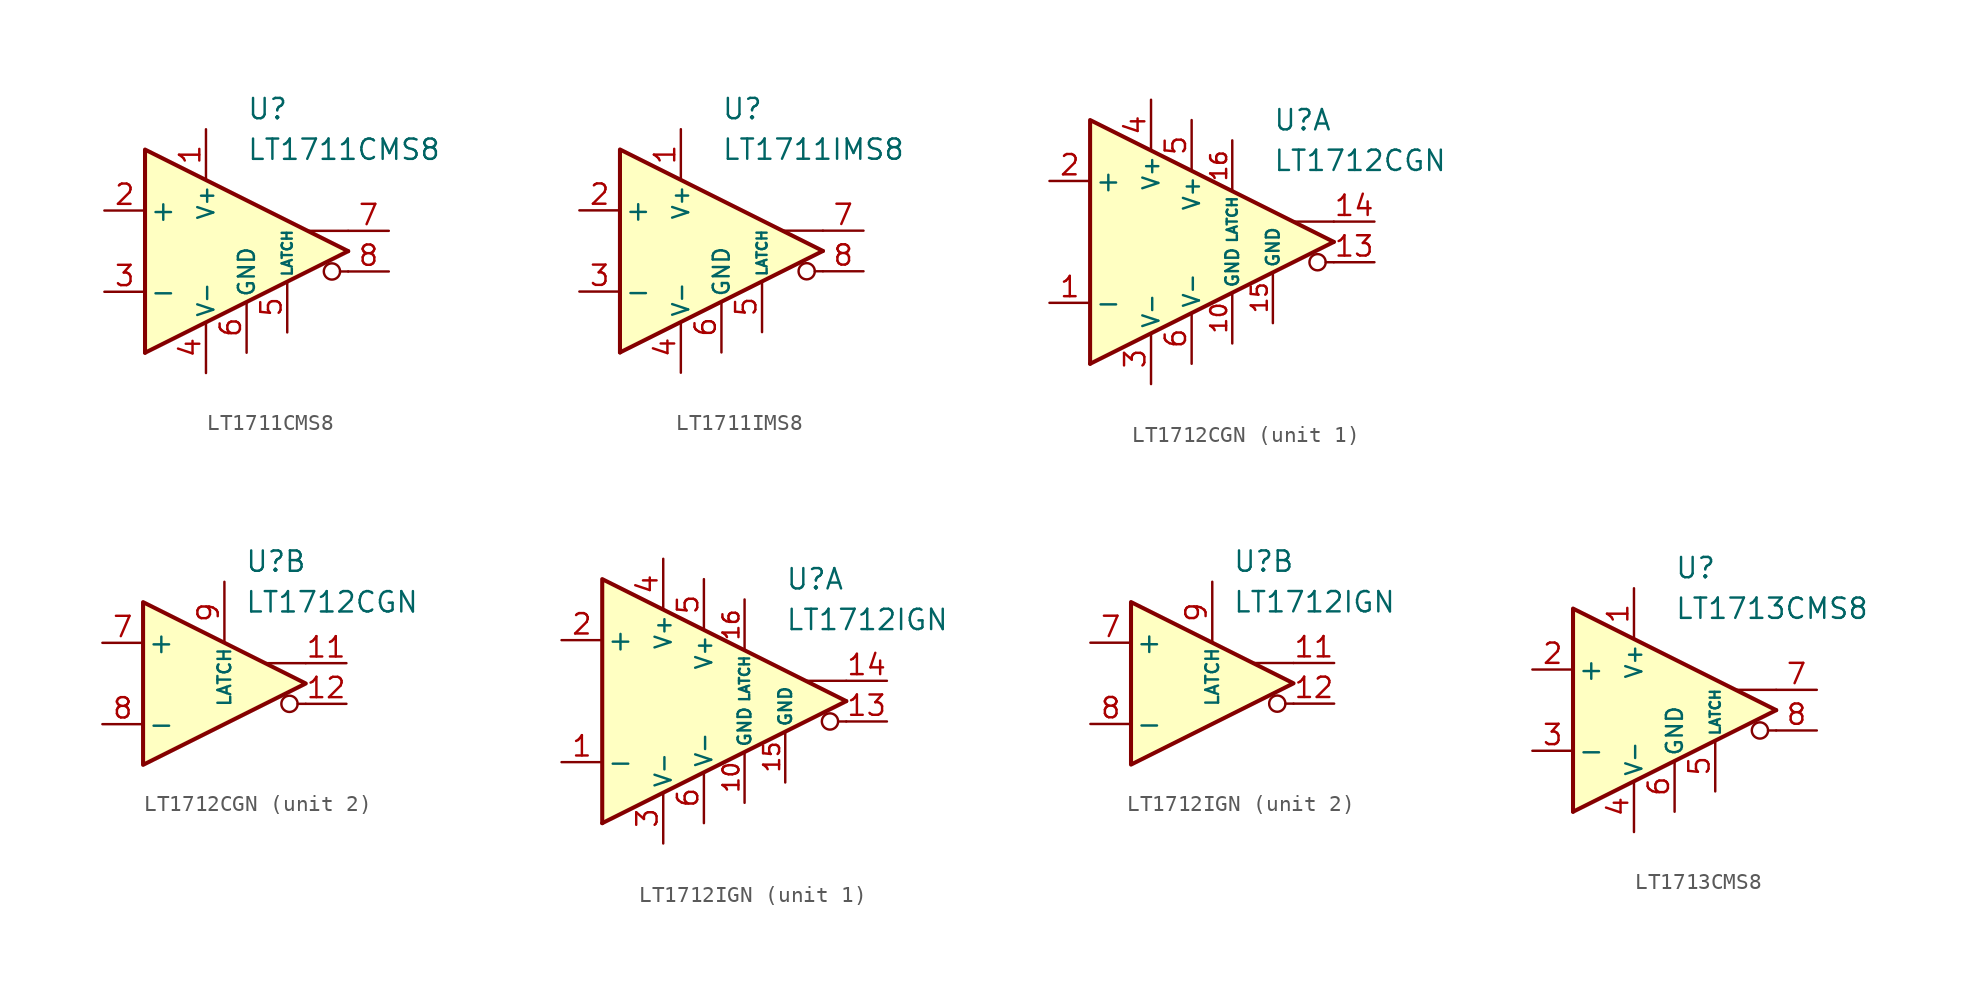
<source format=kicad_sym>
(kicad_symbol_lib
  (version 20231120)
  (generator "kicad_symbol_editor")
  (generator_version "8.0")
  (symbol "LT1711CMS8"
    (pin_names
      (offset 0.254))
    (property "Reference" "U"
      (at 0 8.89 0)
      (effects (font (size 1.27 1.27)) (justify left)))
    (property "Value" "LT1711CMS8"
      (at 0 6.35 0)
      (effects (font (size 1.27 1.27)) (justify left)))
    (symbol "LT1711CMS8_0_0"
      (polyline (pts (xy 6.35 -1.27) (xy 5.842 -1.27)) (stroke (width 0.152) (type default)) (fill (type none)))
      (polyline (pts (xy 6.35 0) (xy -6.35 -6.35)) (stroke (width 0.254) (type default)) (fill (type none)))
      (polyline (pts (xy 6.35 1.27) (xy 3.81 1.27)) (stroke (width 0.152) (type default)) (fill (type none)))
      (polyline (pts (xy 6.35 0) (xy -6.35 6.35) (xy -6.35 -6.35)) (stroke (width 0.254) (type default)) (fill (type background)))
      (circle (center 5.334 -1.27) (radius 0.508) (stroke (width 0.152) (type default)) (fill (type none))))
    (symbol "LT1711CMS8_1_1"
      (pin power_in line (at -2.54 7.62 270) (length 3.18) (name "V+" (effects (font (size 1 1)))) (number "1" (effects (font (size 1.27 1.27)))))
      (pin input line (at -8.89 2.54 0) (length 2.54) (name "+" (effects (font (size 1.27 1.27)))) (number "2" (effects (font (size 1.27 1.27)))))
      (pin input line (at -8.89 -2.54 0) (length 2.54) (name "-" (effects (font (size 1.27 1.27)))) (number "3" (effects (font (size 1.27 1.27)))))
      (pin power_in line (at -2.54 -7.62 90) (length 3.18) (name "V-" (effects (font (size 1 1)))) (number "4" (effects (font (size 1.27 1.27)))))
      (pin input line (at 2.54 -5.08 90) (length 3.18) (name "LATCH" (effects (font (size 0.635 0.635)))) (number "5" (effects (font (size 1.27 1.27)))))
      (pin power_in line (at 0 -6.35 90) (length 3.18) (name "GND" (effects (font (size 1 1)))) (number "6" (effects (font (size 1.27 1.27)))))
      (pin output line (at 8.89 1.27 180) (length 2.54) (name "~" (effects (font (size 1.27 1.27)))) (number "7" (effects (font (size 1.27 1.27)))))
      (pin output line (at 8.89 -1.27 180) (length 2.54) (name "~" (effects (font (size 1.27 1.27)))) (number "8" (effects (font (size 1.27 1.27)))))))
  (symbol "LT1711IMS8"
    (pin_names
      (offset 0.254))
    (property "Reference" "U"
      (at 0 8.89 0)
      (effects (font (size 1.27 1.27)) (justify left)))
    (property "Value" "LT1711IMS8"
      (at 0 6.35 0)
      (effects (font (size 1.27 1.27)) (justify left)))
    (symbol "LT1711IMS8_0_0"
      (polyline (pts (xy 6.35 -1.27) (xy 5.842 -1.27)) (stroke (width 0.152) (type default)) (fill (type none)))
      (polyline (pts (xy 6.35 0) (xy -6.35 -6.35)) (stroke (width 0.254) (type default)) (fill (type none)))
      (polyline (pts (xy 6.35 1.27) (xy 3.81 1.27)) (stroke (width 0.152) (type default)) (fill (type none)))
      (polyline (pts (xy 6.35 0) (xy -6.35 6.35) (xy -6.35 -6.35)) (stroke (width 0.254) (type default)) (fill (type background)))
      (circle (center 5.334 -1.27) (radius 0.508) (stroke (width 0.152) (type default)) (fill (type none))))
    (symbol "LT1711IMS8_1_1"
      (pin power_in line (at -2.54 7.62 270) (length 3.18) (name "V+" (effects (font (size 1 1)))) (number "1" (effects (font (size 1.27 1.27)))))
      (pin input line (at -8.89 2.54 0) (length 2.54) (name "+" (effects (font (size 1.27 1.27)))) (number "2" (effects (font (size 1.27 1.27)))))
      (pin input line (at -8.89 -2.54 0) (length 2.54) (name "-" (effects (font (size 1.27 1.27)))) (number "3" (effects (font (size 1.27 1.27)))))
      (pin power_in line (at -2.54 -7.62 90) (length 3.18) (name "V-" (effects (font (size 1 1)))) (number "4" (effects (font (size 1.27 1.27)))))
      (pin input line (at 2.54 -5.08 90) (length 3.18) (name "LATCH" (effects (font (size 0.635 0.635)))) (number "5" (effects (font (size 1.27 1.27)))))
      (pin power_in line (at 0 -6.35 90) (length 3.18) (name "GND" (effects (font (size 1 1)))) (number "6" (effects (font (size 1.27 1.27)))))
      (pin output line (at 8.89 1.27 180) (length 2.54) (name "~" (effects (font (size 1.27 1.27)))) (number "7" (effects (font (size 1.27 1.27)))))
      (pin output line (at 8.89 -1.27 180) (length 2.54) (name "~" (effects (font (size 1.27 1.27)))) (number "8" (effects (font (size 1.27 1.27)))))))
  (symbol "LT1712CGN"
    (pin_names
      (offset 0.254))
    (property "Reference" "U"
      (at 2.54 7.62 0)
      (effects (font (size 1.27 1.27)) (justify left)))
    (property "Value" "LT1712CGN"
      (at 2.54 5.08 0)
      (effects (font (size 1.27 1.27)) (justify left)))
    (property "ki_locked" ""
      (at 0 0 0)
      (effects (font (size 1.27 1.27))))
    (symbol "LT1712CGN_0_0"
      (polyline (pts (xy 6.35 -1.27) (xy 5.842 -1.27)) (stroke (width 0.152) (type default)) (fill (type none)))
      (polyline (pts (xy 6.35 1.27) (xy 3.81 1.27)) (stroke (width 0.152) (type default)) (fill (type none)))
      (circle (center 5.334 -1.27) (radius 0.508) (stroke (width 0.152) (type default)) (fill (type none))))
    (symbol "LT1712CGN_1_0"
      (polyline (pts (xy 6.35 0) (xy -8.89 -7.62)) (stroke (width 0.254) (type default)) (fill (type none)))
      (polyline (pts (xy 6.35 0) (xy -8.89 7.62) (xy -8.89 -7.62)) (stroke (width 0.254) (type default)) (fill (type background))))
    (symbol "LT1712CGN_1_1"
      (pin input line (at -11.43 -3.81 0) (length 2.54) (name "-" (effects (font (size 1.27 1.27)))) (number "1" (effects (font (size 1.27 1.27)))))
      (pin power_in line (at 0 -6.35 90) (length 3.18) (name "GND" (effects (font (size 0.8 0.8)))) (number "10" (effects (font (size 1 1)))))
      (pin output line (at 8.89 -1.27 180) (length 2.54) (name "~" (effects (font (size 1.27 1.27)))) (number "13" (effects (font (size 1.27 1.27)))))
      (pin output line (at 8.89 1.27 180) (length 2.54) (name "~" (effects (font (size 1.27 1.27)))) (number "14" (effects (font (size 1.27 1.27)))))
      (pin power_in line (at 2.54 -5.08 90) (length 3.18) (name "GND" (effects (font (size 0.8 0.8)))) (number "15" (effects (font (size 1 1)))))
      (pin input line (at 0 6.35 270) (length 3.18) (name "LATCH" (effects (font (size 0.635 0.635)))) (number "16" (effects (font (size 1 1)))))
      (pin input line (at -11.43 3.81 0) (length 2.54) (name "+" (effects (font (size 1.27 1.27)))) (number "2" (effects (font (size 1.27 1.27)))))
      (pin power_in line (at -5.08 -8.89 90) (length 3.18) (name "V-" (effects (font (size 1 1)))) (number "3" (effects (font (size 1.27 1.27)))))
      (pin power_in line (at -5.08 8.89 270) (length 3.18) (name "V+" (effects (font (size 1 1)))) (number "4" (effects (font (size 1.27 1.27)))))
      (pin power_in line (at -2.54 7.62 270) (length 3.18) (name "V+" (effects (font (size 1 1)))) (number "5" (effects (font (size 1.27 1.27)))))
      (pin power_in line (at -2.54 -7.62 90) (length 3.18) (name "V-" (effects (font (size 1 1)))) (number "6" (effects (font (size 1.27 1.27))))))
    (symbol "LT1712CGN_2_0"
      (polyline (pts (xy 6.35 0) (xy -3.81 5.08) (xy -3.81 -5.08) (xy 6.35 0)) (stroke (width 0.254) (type default)) (fill (type background))))
    (symbol "LT1712CGN_2_1"
      (pin output line (at 8.89 1.27 180) (length 2.54) (name "~" (effects (font (size 1.27 1.27)))) (number "11" (effects (font (size 1.27 1.27)))))
      (pin output line (at 8.89 -1.27 180) (length 2.54) (name "~" (effects (font (size 1.27 1.27)))) (number "12" (effects (font (size 1.27 1.27)))))
      (pin input line (at -6.35 2.54 0) (length 2.54) (name "+" (effects (font (size 1.27 1.27)))) (number "7" (effects (font (size 1.27 1.27)))))
      (pin input line (at -6.35 -2.54 0) (length 2.54) (name "-" (effects (font (size 1.27 1.27)))) (number "8" (effects (font (size 1.27 1.27)))))
      (pin input line (at 1.27 6.35 270) (length 3.81) (name "LATCH" (effects (font (size 0.8 0.8)))) (number "9" (effects (font (size 1.27 1.27)))))))
  (symbol "LT1712IGN"
    (pin_names
      (offset 0.254))
    (property "Reference" "U"
      (at 2.54 7.62 0)
      (effects (font (size 1.27 1.27)) (justify left)))
    (property "Value" "LT1712IGN"
      (at 2.54 5.08 0)
      (effects (font (size 1.27 1.27)) (justify left)))
    (property "ki_locked" ""
      (at 0 0 0)
      (effects (font (size 1.27 1.27))))
    (symbol "LT1712IGN_0_0"
      (polyline (pts (xy 6.35 -1.27) (xy 5.842 -1.27)) (stroke (width 0.152) (type default)) (fill (type none)))
      (polyline (pts (xy 6.35 1.27) (xy 3.81 1.27)) (stroke (width 0.152) (type default)) (fill (type none)))
      (circle (center 5.334 -1.27) (radius 0.508) (stroke (width 0.152) (type default)) (fill (type none))))
    (symbol "LT1712IGN_1_0"
      (polyline (pts (xy 6.35 0) (xy -8.89 -7.62)) (stroke (width 0.254) (type default)) (fill (type none)))
      (polyline (pts (xy 6.35 0) (xy -8.89 7.62) (xy -8.89 -7.62)) (stroke (width 0.254) (type default)) (fill (type background))))
    (symbol "LT1712IGN_1_1"
      (pin input line (at -11.43 -3.81 0) (length 2.54) (name "-" (effects (font (size 1.27 1.27)))) (number "1" (effects (font (size 1.27 1.27)))))
      (pin power_in line (at 0 -6.35 90) (length 3.18) (name "GND" (effects (font (size 0.8 0.8)))) (number "10" (effects (font (size 1 1)))))
      (pin output line (at 8.89 -1.27 180) (length 2.54) (name "~" (effects (font (size 1.27 1.27)))) (number "13" (effects (font (size 1.27 1.27)))))
      (pin output line (at 8.89 1.27 180) (length 2.54) (name "~" (effects (font (size 1.27 1.27)))) (number "14" (effects (font (size 1.27 1.27)))))
      (pin power_in line (at 2.54 -5.08 90) (length 3.18) (name "GND" (effects (font (size 0.8 0.8)))) (number "15" (effects (font (size 1 1)))))
      (pin input line (at 0 6.35 270) (length 3.18) (name "LATCH" (effects (font (size 0.635 0.635)))) (number "16" (effects (font (size 1 1)))))
      (pin input line (at -11.43 3.81 0) (length 2.54) (name "+" (effects (font (size 1.27 1.27)))) (number "2" (effects (font (size 1.27 1.27)))))
      (pin power_in line (at -5.08 -8.89 90) (length 3.18) (name "V-" (effects (font (size 1 1)))) (number "3" (effects (font (size 1.27 1.27)))))
      (pin power_in line (at -5.08 8.89 270) (length 3.18) (name "V+" (effects (font (size 1 1)))) (number "4" (effects (font (size 1.27 1.27)))))
      (pin power_in line (at -2.54 7.62 270) (length 3.18) (name "V+" (effects (font (size 1 1)))) (number "5" (effects (font (size 1.27 1.27)))))
      (pin power_in line (at -2.54 -7.62 90) (length 3.18) (name "V-" (effects (font (size 1 1)))) (number "6" (effects (font (size 1.27 1.27))))))
    (symbol "LT1712IGN_2_0"
      (polyline (pts (xy 6.35 0) (xy -3.81 5.08) (xy -3.81 -5.08) (xy 6.35 0)) (stroke (width 0.254) (type default)) (fill (type background))))
    (symbol "LT1712IGN_2_1"
      (pin output line (at 8.89 1.27 180) (length 2.54) (name "~" (effects (font (size 1.27 1.27)))) (number "11" (effects (font (size 1.27 1.27)))))
      (pin output line (at 8.89 -1.27 180) (length 2.54) (name "~" (effects (font (size 1.27 1.27)))) (number "12" (effects (font (size 1.27 1.27)))))
      (pin input line (at -6.35 2.54 0) (length 2.54) (name "+" (effects (font (size 1.27 1.27)))) (number "7" (effects (font (size 1.27 1.27)))))
      (pin input line (at -6.35 -2.54 0) (length 2.54) (name "-" (effects (font (size 1.27 1.27)))) (number "8" (effects (font (size 1.27 1.27)))))
      (pin input line (at 1.27 6.35 270) (length 3.81) (name "LATCH" (effects (font (size 0.8 0.8)))) (number "9" (effects (font (size 1.27 1.27)))))))
  (symbol "LT1713CMS8"
    (pin_names
      (offset 0.254))
    (property "Reference" "U"
      (at 0 8.89 0)
      (effects (font (size 1.27 1.27)) (justify left)))
    (property "Value" "LT1713CMS8"
      (at 0 6.35 0)
      (effects (font (size 1.27 1.27)) (justify left)))
    (symbol "LT1713CMS8_0_0"
      (polyline (pts (xy 6.35 -1.27) (xy 5.842 -1.27)) (stroke (width 0.152) (type default)) (fill (type none)))
      (polyline (pts (xy 6.35 0) (xy -6.35 -6.35)) (stroke (width 0.254) (type default)) (fill (type none)))
      (polyline (pts (xy 6.35 1.27) (xy 3.81 1.27)) (stroke (width 0.152) (type default)) (fill (type none)))
      (polyline (pts (xy 6.35 0) (xy -6.35 6.35) (xy -6.35 -6.35)) (stroke (width 0.254) (type default)) (fill (type background)))
      (circle (center 5.334 -1.27) (radius 0.508) (stroke (width 0.152) (type default)) (fill (type none))))
    (symbol "LT1713CMS8_1_1"
      (pin power_in line (at -2.54 7.62 270) (length 3.18) (name "V+" (effects (font (size 1 1)))) (number "1" (effects (font (size 1.27 1.27)))))
      (pin input line (at -8.89 2.54 0) (length 2.54) (name "+" (effects (font (size 1.27 1.27)))) (number "2" (effects (font (size 1.27 1.27)))))
      (pin input line (at -8.89 -2.54 0) (length 2.54) (name "-" (effects (font (size 1.27 1.27)))) (number "3" (effects (font (size 1.27 1.27)))))
      (pin power_in line (at -2.54 -7.62 90) (length 3.18) (name "V-" (effects (font (size 1 1)))) (number "4" (effects (font (size 1.27 1.27)))))
      (pin input line (at 2.54 -5.08 90) (length 3.18) (name "LATCH" (effects (font (size 0.635 0.635)))) (number "5" (effects (font (size 1.27 1.27)))))
      (pin power_in line (at 0 -6.35 90) (length 3.18) (name "GND" (effects (font (size 1 1)))) (number "6" (effects (font (size 1.27 1.27)))))
      (pin output line (at 8.89 1.27 180) (length 2.54) (name "~" (effects (font (size 1.27 1.27)))) (number "7" (effects (font (size 1.27 1.27)))))
      (pin output line (at 8.89 -1.27 180) (length 2.54) (name "~" (effects (font (size 1.27 1.27)))) (number "8" (effects (font (size 1.27 1.27))))))))
</source>
